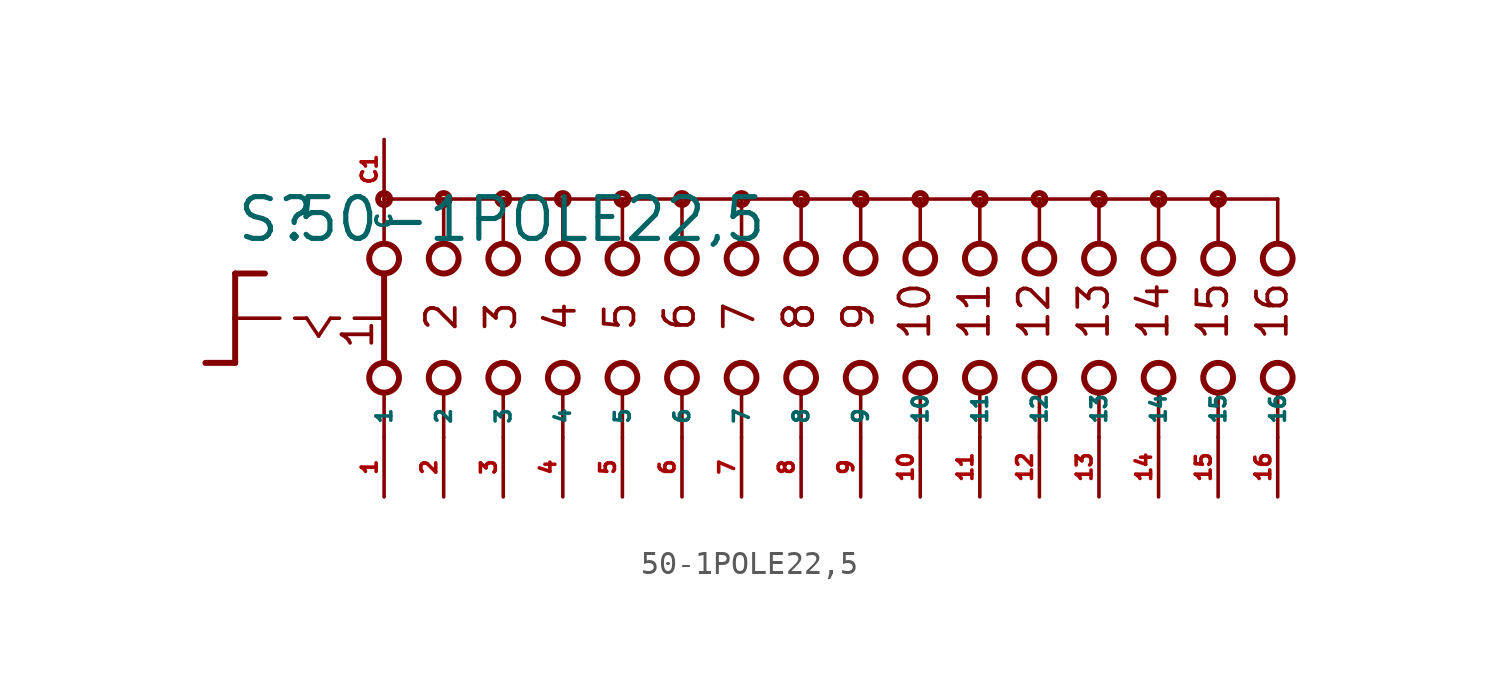
<source format=kicad_sym>
(kicad_symbol_lib
  (version 20220914)
  (generator Eagle2Kicad)
  (symbol "50-1POLE22,5"
    (property "Reference" "S"
      (at -24.13 3.175 0)
      (effects (font (size 1.778 1.778) (thickness 0.22)) (justify left bottom)))
    (property "Value" "50-1POLE22,5"
      (at -21.59 3.175 0)
      (effects (font (size 1.778 1.778) (thickness 0.22)) (justify left bottom)))
    (polyline
      (pts (xy -24.13 1.905) (xy -22.86 1.905))
      (stroke (width 0.254) (type default))
      (fill (type none)))
    (polyline
      (pts (xy -24.13 1.905) (xy -24.13 0))
      (stroke (width 0.254) (type default))
      (fill (type none)))
    (polyline
      (pts (xy -24.13 -1.905) (xy -25.4 -1.905))
      (stroke (width 0.254) (type default))
      (fill (type none)))
    (polyline
      (pts (xy -24.13 0) (xy -22.225 0))
      (stroke (width 0.152) (type default))
      (fill (type none)))
    (polyline
      (pts (xy -24.13 0) (xy -24.13 -1.905))
      (stroke (width 0.254) (type default))
      (fill (type none)))
    (polyline
      (pts (xy -21.59 0) (xy -21.082 0))
      (stroke (width 0.152) (type default))
      (fill (type none)))
    (polyline
      (pts (xy -20.066 0) (xy -19.685 0))
      (stroke (width 0.152) (type default))
      (fill (type none)))
    (polyline
      (pts (xy -19.05 0) (xy -17.907 0))
      (stroke (width 0.152) (type default))
      (fill (type none)))
    (polyline
      (pts (xy -21.082 0) (xy -20.574 -0.762))
      (stroke (width 0.152) (type default))
      (fill (type none)))
    (polyline
      (pts (xy -20.574 -0.762) (xy -20.066 0))
      (stroke (width 0.152) (type default))
      (fill (type none)))
    (polyline
      (pts (xy -15.24 3.175) (xy -15.24 5.08))
      (stroke (width 0.152) (type default))
      (fill (type none)))
    (polyline
      (pts (xy -12.7 3.175) (xy -12.7 5.08))
      (stroke (width 0.152) (type default))
      (fill (type none)))
    (polyline
      (pts (xy -10.16 3.175) (xy -10.16 5.08))
      (stroke (width 0.152) (type default))
      (fill (type none)))
    (polyline
      (pts (xy -15.24 -5.08) (xy -15.24 -3.175))
      (stroke (width 0.152) (type default))
      (fill (type none)))
    (polyline
      (pts (xy -12.7 -5.08) (xy -12.7 -3.175))
      (stroke (width 0.152) (type default))
      (fill (type none)))
    (polyline
      (pts (xy -10.16 -5.08) (xy -10.16 -3.175))
      (stroke (width 0.152) (type default))
      (fill (type none)))
    (polyline
      (pts (xy -12.7 5.08) (xy -15.24 5.08))
      (stroke (width 0.152) (type default))
      (fill (type none)))
    (polyline
      (pts (xy -12.7 5.08) (xy -10.16 5.08))
      (stroke (width 0.152) (type default))
      (fill (type none)))
    (polyline
      (pts (xy -7.62 -5.08) (xy -7.62 -3.175))
      (stroke (width 0.152) (type default))
      (fill (type none)))
    (polyline
      (pts (xy -5.08 -5.08) (xy -5.08 -3.175))
      (stroke (width 0.152) (type default))
      (fill (type none)))
    (polyline
      (pts (xy -7.62 3.175) (xy -7.62 5.08))
      (stroke (width 0.152) (type default))
      (fill (type none)))
    (polyline
      (pts (xy -5.08 3.175) (xy -5.08 5.08))
      (stroke (width 0.152) (type default))
      (fill (type none)))
    (polyline
      (pts (xy -10.16 5.08) (xy -7.62 5.08))
      (stroke (width 0.152) (type default))
      (fill (type none)))
    (polyline
      (pts (xy -7.62 5.08) (xy -5.08 5.08))
      (stroke (width 0.152) (type default))
      (fill (type none)))
    (polyline
      (pts (xy -17.78 5.08) (xy -17.78 3.175))
      (stroke (width 0.152) (type default))
      (fill (type none)))
    (polyline
      (pts (xy -17.78 1.905) (xy -17.78 -1.905))
      (stroke (width 0.254) (type default))
      (fill (type none)))
    (polyline
      (pts (xy -17.78 -3.175) (xy -17.78 -5.08))
      (stroke (width 0.152) (type default))
      (fill (type none)))
    (polyline
      (pts (xy -15.24 5.08) (xy -17.78 5.08))
      (stroke (width 0.152) (type default))
      (fill (type none)))
    (polyline
      (pts (xy -5.08 5.08) (xy -2.54 5.08))
      (stroke (width 0.152) (type default))
      (fill (type none)))
    (polyline
      (pts (xy -2.54 3.175) (xy -2.54 5.08))
      (stroke (width 0.152) (type default))
      (fill (type none)))
    (polyline
      (pts (xy -2.54 -5.08) (xy -2.54 -3.175))
      (stroke (width 0.152) (type default))
      (fill (type none)))
    (polyline
      (pts (xy 0 3.175) (xy 0 5.08))
      (stroke (width 0.152) (type default))
      (fill (type none)))
    (polyline
      (pts (xy 2.54 3.175) (xy 2.54 5.08))
      (stroke (width 0.152) (type default))
      (fill (type none)))
    (polyline
      (pts (xy 5.08 3.175) (xy 5.08 5.08))
      (stroke (width 0.152) (type default))
      (fill (type none)))
    (polyline
      (pts (xy 7.62 3.175) (xy 7.62 5.08))
      (stroke (width 0.152) (type default))
      (fill (type none)))
    (polyline
      (pts (xy 10.16 3.175) (xy 10.16 5.08))
      (stroke (width 0.152) (type default))
      (fill (type none)))
    (polyline
      (pts (xy -2.54 5.08) (xy 0 5.08))
      (stroke (width 0.152) (type default))
      (fill (type none)))
    (polyline
      (pts (xy 0 5.08) (xy 2.54 5.08))
      (stroke (width 0.152) (type default))
      (fill (type none)))
    (polyline
      (pts (xy 2.54 5.08) (xy 5.08 5.08))
      (stroke (width 0.152) (type default))
      (fill (type none)))
    (polyline
      (pts (xy 5.08 5.08) (xy 7.62 5.08))
      (stroke (width 0.152) (type default))
      (fill (type none)))
    (polyline
      (pts (xy 7.62 5.08) (xy 10.16 5.08))
      (stroke (width 0.152) (type default))
      (fill (type none)))
    (polyline
      (pts (xy 0 -5.08) (xy 0 -3.175))
      (stroke (width 0.152) (type default))
      (fill (type none)))
    (polyline
      (pts (xy 2.54 -5.08) (xy 2.54 -3.175))
      (stroke (width 0.152) (type default))
      (fill (type none)))
    (polyline
      (pts (xy 5.08 -5.08) (xy 5.08 -3.175))
      (stroke (width 0.152) (type default))
      (fill (type none)))
    (polyline
      (pts (xy 7.62 -5.08) (xy 7.62 -3.175))
      (stroke (width 0.152) (type default))
      (fill (type none)))
    (polyline
      (pts (xy 10.16 -5.08) (xy 10.16 -3.175))
      (stroke (width 0.152) (type default))
      (fill (type none)))
    (polyline
      (pts (xy 12.7 3.175) (xy 12.7 5.08))
      (stroke (width 0.152) (type default))
      (fill (type none)))
    (polyline
      (pts (xy 15.24 3.175) (xy 15.24 5.08))
      (stroke (width 0.152) (type default))
      (fill (type none)))
    (polyline
      (pts (xy 17.78 3.175) (xy 17.78 5.08))
      (stroke (width 0.152) (type default))
      (fill (type none)))
    (polyline
      (pts (xy 20.32 3.175) (xy 20.32 5.08))
      (stroke (width 0.152) (type default))
      (fill (type none)))
    (polyline
      (pts (xy 10.16 5.08) (xy 12.7 5.08))
      (stroke (width 0.152) (type default))
      (fill (type none)))
    (polyline
      (pts (xy 12.7 5.08) (xy 15.24 5.08))
      (stroke (width 0.152) (type default))
      (fill (type none)))
    (polyline
      (pts (xy 15.24 5.08) (xy 17.78 5.08))
      (stroke (width 0.152) (type default))
      (fill (type none)))
    (polyline
      (pts (xy 17.78 5.08) (xy 20.32 5.08))
      (stroke (width 0.152) (type default))
      (fill (type none)))
    (polyline
      (pts (xy 12.7 -5.08) (xy 12.7 -3.175))
      (stroke (width 0.152) (type default))
      (fill (type none)))
    (polyline
      (pts (xy 15.24 -5.08) (xy 15.24 -3.175))
      (stroke (width 0.152) (type default))
      (fill (type none)))
    (polyline
      (pts (xy 17.78 -5.08) (xy 17.78 -3.175))
      (stroke (width 0.152) (type default))
      (fill (type none)))
    (polyline
      (pts (xy 20.32 -5.08) (xy 20.32 -3.175))
      (stroke (width 0.152) (type default))
      (fill (type none)))
    (text "1"
      (at -18.161 -1.397 900)
      (effects (font (size 1.27 1.27) (thickness 0.16)) (justify left bottom)))
    (text "2"
      (at -14.605 -0.635 900)
      (effects (font (size 1.27 1.27) (thickness 0.16)) (justify left bottom)))
    (text "3"
      (at -12.065 -0.635 900)
      (effects (font (size 1.27 1.27) (thickness 0.16)) (justify left bottom)))
    (text "4"
      (at -9.525 -0.635 900)
      (effects (font (size 1.27 1.27) (thickness 0.16)) (justify left bottom)))
    (text "5"
      (at -6.985 -0.635 900)
      (effects (font (size 1.27 1.27) (thickness 0.16)) (justify left bottom)))
    (text "6"
      (at -4.445 -0.635 900)
      (effects (font (size 1.27 1.27) (thickness 0.16)) (justify left bottom)))
    (text "7"
      (at -1.905 -0.635 900)
      (effects (font (size 1.27 1.27) (thickness 0.16)) (justify left bottom)))
    (text "8"
      (at 0.635 -0.635 900)
      (effects (font (size 1.27 1.27) (thickness 0.16)) (justify left bottom)))
    (text "9"
      (at 3.175 -0.635 900)
      (effects (font (size 1.27 1.27) (thickness 0.16)) (justify left bottom)))
    (text "10"
      (at 5.588 -1.016 900)
      (effects (font (size 1.27 1.27) (thickness 0.16)) (justify left bottom)))
    (text "11"
      (at 8.128 -1.016 900)
      (effects (font (size 1.27 1.27) (thickness 0.16)) (justify left bottom)))
    (text "12"
      (at 10.668 -1.016 900)
      (effects (font (size 1.27 1.27) (thickness 0.16)) (justify left bottom)))
    (text "13"
      (at 13.208 -1.016 900)
      (effects (font (size 1.27 1.27) (thickness 0.16)) (justify left bottom)))
    (text "14"
      (at 15.748 -1.016 900)
      (effects (font (size 1.27 1.27) (thickness 0.16)) (justify left bottom)))
    (text "15"
      (at 18.288 -1.016 900)
      (effects (font (size 1.27 1.27) (thickness 0.16)) (justify left bottom)))
    (text "16"
      (at 20.828 -1.016 900)
      (effects (font (size 1.27 1.27) (thickness 0.16)) (justify left bottom)))
    (circle
      (center -12.7 5.08)
      (radius 0.254)
      (stroke (width 0.254) (type default))
      (fill (type none)))
    (circle
      (center -10.16 5.08)
      (radius 0.254)
      (stroke (width 0.254) (type default))
      (fill (type none)))
    (circle
      (center -5.08 5.08)
      (radius 0.254)
      (stroke (width 0.254) (type default))
      (fill (type none)))
    (circle
      (center -17.78 5.08)
      (radius 0.254)
      (stroke (width 0.254) (type default))
      (fill (type none)))
    (circle
      (center -15.24 5.08)
      (radius 0.254)
      (stroke (width 0.254) (type default))
      (fill (type none)))
    (circle
      (center -17.78 2.54)
      (radius 0.635)
      (stroke (width 0.254) (type default))
      (fill (type none)))
    (circle
      (center -15.24 2.54)
      (radius 0.635)
      (stroke (width 0.254) (type default))
      (fill (type none)))
    (circle
      (center -12.7 2.54)
      (radius 0.635)
      (stroke (width 0.254) (type default))
      (fill (type none)))
    (circle
      (center -17.78 -2.54)
      (radius 0.635)
      (stroke (width 0.254) (type default))
      (fill (type none)))
    (circle
      (center -15.24 -2.54)
      (radius 0.635)
      (stroke (width 0.254) (type default))
      (fill (type none)))
    (circle
      (center -12.7 -2.54)
      (radius 0.635)
      (stroke (width 0.254) (type default))
      (fill (type none)))
    (circle
      (center -7.62 5.08)
      (radius 0.254)
      (stroke (width 0.254) (type default))
      (fill (type none)))
    (circle
      (center -10.16 2.54)
      (radius 0.635)
      (stroke (width 0.254) (type default))
      (fill (type none)))
    (circle
      (center -7.62 2.54)
      (radius 0.635)
      (stroke (width 0.254) (type default))
      (fill (type none)))
    (circle
      (center -10.16 -2.54)
      (radius 0.635)
      (stroke (width 0.254) (type default))
      (fill (type none)))
    (circle
      (center -7.62 -2.54)
      (radius 0.635)
      (stroke (width 0.254) (type default))
      (fill (type none)))
    (circle
      (center -5.08 2.54)
      (radius 0.635)
      (stroke (width 0.254) (type default))
      (fill (type none)))
    (circle
      (center -5.08 -2.54)
      (radius 0.635)
      (stroke (width 0.254) (type default))
      (fill (type none)))
    (circle
      (center -2.54 5.08)
      (radius 0.254)
      (stroke (width 0.254) (type default))
      (fill (type none)))
    (circle
      (center -2.54 2.54)
      (radius 0.635)
      (stroke (width 0.254) (type default))
      (fill (type none)))
    (circle
      (center -2.54 -2.54)
      (radius 0.635)
      (stroke (width 0.254) (type default))
      (fill (type none)))
    (circle
      (center 0 2.54)
      (radius 0.635)
      (stroke (width 0.254) (type default))
      (fill (type none)))
    (circle
      (center 2.54 2.54)
      (radius 0.635)
      (stroke (width 0.254) (type default))
      (fill (type none)))
    (circle
      (center 5.08 2.54)
      (radius 0.635)
      (stroke (width 0.254) (type default))
      (fill (type none)))
    (circle
      (center 7.62 2.54)
      (radius 0.635)
      (stroke (width 0.254) (type default))
      (fill (type none)))
    (circle
      (center 10.16 2.54)
      (radius 0.635)
      (stroke (width 0.254) (type default))
      (fill (type none)))
    (circle
      (center 0 5.08)
      (radius 0.254)
      (stroke (width 0.254) (type default))
      (fill (type none)))
    (circle
      (center 2.54 5.08)
      (radius 0.254)
      (stroke (width 0.254) (type default))
      (fill (type none)))
    (circle
      (center 5.08 5.08)
      (radius 0.254)
      (stroke (width 0.254) (type default))
      (fill (type none)))
    (circle
      (center 7.62 5.08)
      (radius 0.254)
      (stroke (width 0.254) (type default))
      (fill (type none)))
    (circle
      (center 0 -2.54)
      (radius 0.635)
      (stroke (width 0.254) (type default))
      (fill (type none)))
    (circle
      (center 2.54 -2.54)
      (radius 0.635)
      (stroke (width 0.254) (type default))
      (fill (type none)))
    (circle
      (center 5.08 -2.54)
      (radius 0.635)
      (stroke (width 0.254) (type default))
      (fill (type none)))
    (circle
      (center 7.62 -2.54)
      (radius 0.635)
      (stroke (width 0.254) (type default))
      (fill (type none)))
    (circle
      (center 10.16 -2.54)
      (radius 0.635)
      (stroke (width 0.254) (type default))
      (fill (type none)))
    (circle
      (center 12.7 2.54)
      (radius 0.635)
      (stroke (width 0.254) (type default))
      (fill (type none)))
    (circle
      (center 15.24 2.54)
      (radius 0.635)
      (stroke (width 0.254) (type default))
      (fill (type none)))
    (circle
      (center 17.78 2.54)
      (radius 0.635)
      (stroke (width 0.254) (type default))
      (fill (type none)))
    (circle
      (center 20.32 2.54)
      (radius 0.635)
      (stroke (width 0.254) (type default))
      (fill (type none)))
    (circle
      (center 12.7 5.08)
      (radius 0.254)
      (stroke (width 0.254) (type default))
      (fill (type none)))
    (circle
      (center 15.24 5.08)
      (radius 0.254)
      (stroke (width 0.254) (type default))
      (fill (type none)))
    (circle
      (center 17.78 5.08)
      (radius 0.254)
      (stroke (width 0.254) (type default))
      (fill (type none)))
    (circle
      (center 12.7 -2.54)
      (radius 0.635)
      (stroke (width 0.254) (type default))
      (fill (type none)))
    (circle
      (center 15.24 -2.54)
      (radius 0.635)
      (stroke (width 0.254) (type default))
      (fill (type none)))
    (circle
      (center 17.78 -2.54)
      (radius 0.635)
      (stroke (width 0.254) (type default))
      (fill (type none)))
    (circle
      (center 20.32 -2.54)
      (radius 0.635)
      (stroke (width 0.254) (type default))
      (fill (type none)))
    (circle
      (center 10.16 5.08)
      (radius 0.254)
      (stroke (width 0.254) (type default))
      (fill (type none)))
    (pin passive line
      (at -17.78 -7.62 90)
      (length 2.54)
      (name "1" (effects (font (size 0.635 0.635) (thickness 0.08)) (justify left bottom)))
      (number "1" (effects (font (size 0.635 0.635) (thickness 0.08)) (justify left bottom))))
    (pin passive line
      (at -17.78 7.62 270)
      (length 2.54)
      (name "C" (effects (font (size 0.635 0.635) (thickness 0.08)) (justify left bottom)))
      (number "C1" (effects (font (size 0.635 0.635) (thickness 0.08)) (justify left bottom))))
    (pin passive line
      (at -15.24 -7.62 90)
      (length 2.54)
      (name "2" (effects (font (size 0.635 0.635) (thickness 0.08)) (justify left bottom)))
      (number "2" (effects (font (size 0.635 0.635) (thickness 0.08)) (justify left bottom))))
    (pin passive line
      (at -12.7 -7.62 90)
      (length 2.54)
      (name "3" (effects (font (size 0.635 0.635) (thickness 0.08)) (justify left bottom)))
      (number "3" (effects (font (size 0.635 0.635) (thickness 0.08)) (justify left bottom))))
    (pin passive line
      (at -10.16 -7.62 90)
      (length 2.54)
      (name "4" (effects (font (size 0.635 0.635) (thickness 0.08)) (justify left bottom)))
      (number "4" (effects (font (size 0.635 0.635) (thickness 0.08)) (justify left bottom))))
    (pin passive line
      (at -7.62 -7.62 90)
      (length 2.54)
      (name "5" (effects (font (size 0.635 0.635) (thickness 0.08)) (justify left bottom)))
      (number "5" (effects (font (size 0.635 0.635) (thickness 0.08)) (justify left bottom))))
    (pin passive line
      (at -5.08 -7.62 90)
      (length 2.54)
      (name "6" (effects (font (size 0.635 0.635) (thickness 0.08)) (justify left bottom)))
      (number "6" (effects (font (size 0.635 0.635) (thickness 0.08)) (justify left bottom))))
    (pin passive line
      (at -2.54 -7.62 90)
      (length 2.54)
      (name "7" (effects (font (size 0.635 0.635) (thickness 0.08)) (justify left bottom)))
      (number "7" (effects (font (size 0.635 0.635) (thickness 0.08)) (justify left bottom))))
    (pin passive line
      (at 0 -7.62 90)
      (length 2.54)
      (name "8" (effects (font (size 0.635 0.635) (thickness 0.08)) (justify left bottom)))
      (number "8" (effects (font (size 0.635 0.635) (thickness 0.08)) (justify left bottom))))
    (pin passive line
      (at 2.54 -7.62 90)
      (length 2.54)
      (name "9" (effects (font (size 0.635 0.635) (thickness 0.08)) (justify left bottom)))
      (number "9" (effects (font (size 0.635 0.635) (thickness 0.08)) (justify left bottom))))
    (pin passive line
      (at 5.08 -7.62 90)
      (length 2.54)
      (name "10" (effects (font (size 0.635 0.635) (thickness 0.08)) (justify left bottom)))
      (number "10" (effects (font (size 0.635 0.635) (thickness 0.08)) (justify left bottom))))
    (pin passive line
      (at 7.62 -7.62 90)
      (length 2.54)
      (name "11" (effects (font (size 0.635 0.635) (thickness 0.08)) (justify left bottom)))
      (number "11" (effects (font (size 0.635 0.635) (thickness 0.08)) (justify left bottom))))
    (pin passive line
      (at 10.16 -7.62 90)
      (length 2.54)
      (name "12" (effects (font (size 0.635 0.635) (thickness 0.08)) (justify left bottom)))
      (number "12" (effects (font (size 0.635 0.635) (thickness 0.08)) (justify left bottom))))
    (pin passive line
      (at 12.7 -7.62 90)
      (length 2.54)
      (name "13" (effects (font (size 0.635 0.635) (thickness 0.08)) (justify left bottom)))
      (number "13" (effects (font (size 0.635 0.635) (thickness 0.08)) (justify left bottom))))
    (pin passive line
      (at 15.24 -7.62 90)
      (length 2.54)
      (name "14" (effects (font (size 0.635 0.635) (thickness 0.08)) (justify left bottom)))
      (number "14" (effects (font (size 0.635 0.635) (thickness 0.08)) (justify left bottom))))
    (pin passive line
      (at 17.78 -7.62 90)
      (length 2.54)
      (name "15" (effects (font (size 0.635 0.635) (thickness 0.08)) (justify left bottom)))
      (number "15" (effects (font (size 0.635 0.635) (thickness 0.08)) (justify left bottom))))
    (pin passive line
      (at 20.32 -7.62 90)
      (length 2.54)
      (name "16" (effects (font (size 0.635 0.635) (thickness 0.08)) (justify left bottom)))
      (number "16" (effects (font (size 0.635 0.635) (thickness 0.08)) (justify left bottom))))))
</source>
